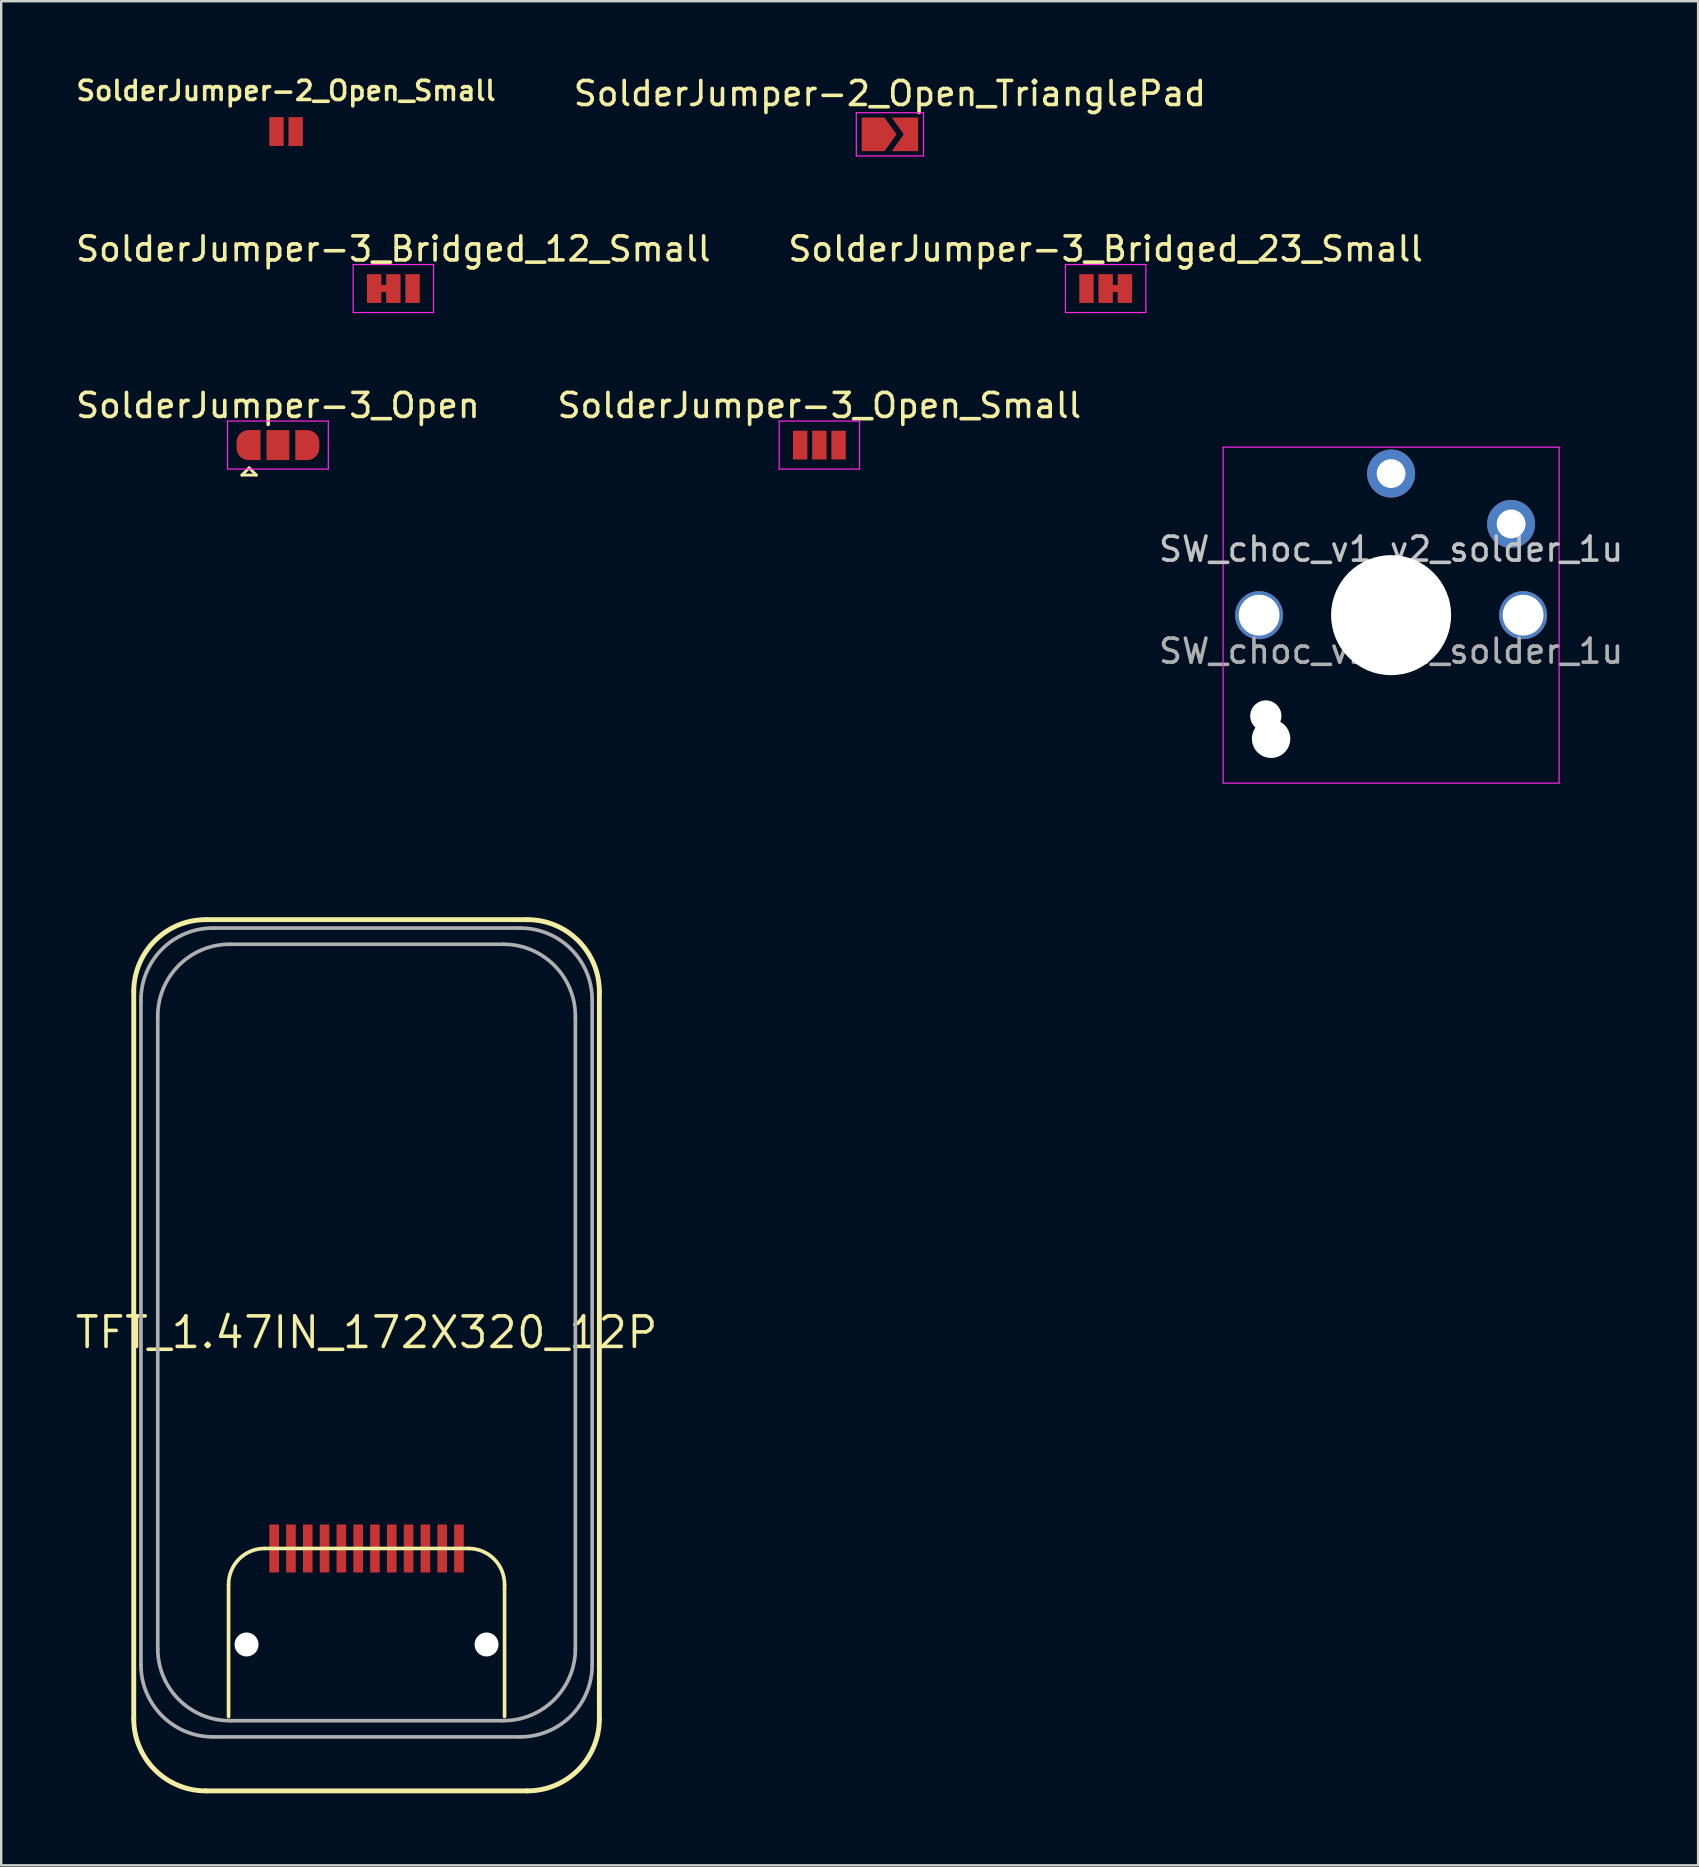
<source format=kicad_pcb>
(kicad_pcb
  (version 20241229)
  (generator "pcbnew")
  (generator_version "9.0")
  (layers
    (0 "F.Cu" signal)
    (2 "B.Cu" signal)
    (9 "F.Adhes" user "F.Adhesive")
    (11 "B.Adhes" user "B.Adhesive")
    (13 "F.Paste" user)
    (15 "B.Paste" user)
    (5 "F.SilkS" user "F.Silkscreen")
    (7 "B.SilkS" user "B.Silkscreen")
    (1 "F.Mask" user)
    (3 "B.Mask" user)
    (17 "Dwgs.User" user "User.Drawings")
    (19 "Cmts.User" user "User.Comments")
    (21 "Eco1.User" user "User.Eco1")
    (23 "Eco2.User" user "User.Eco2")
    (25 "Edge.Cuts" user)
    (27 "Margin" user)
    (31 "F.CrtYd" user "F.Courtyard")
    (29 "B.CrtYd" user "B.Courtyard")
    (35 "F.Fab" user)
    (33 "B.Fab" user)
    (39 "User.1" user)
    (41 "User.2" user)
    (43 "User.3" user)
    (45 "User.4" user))
  (footprint "SolderJumper-3_Open"
    (layer "F.Cu")
    (at 8.53 15.495)
    (property "Reference" "SolderJumper-3_Open" (at 0 -1.65 0) (layer "F.SilkS") (effects (font (size 1 1) (thickness 0.15))))
    (attr exclude_from_pos_files exclude_from_bom)
    (fp_line (start -1.5 1.25) (end -0.9 1.25) (stroke (width 0.12) (type solid)) (layer "F.SilkS"))
    (fp_line (start -1.2 0.95) (end -1.5 1.25) (stroke (width 0.12) (type solid)) (layer "F.SilkS"))
    (fp_line (start -1.2 0.95) (end -0.9 1.25) (stroke (width 0.12) (type solid)) (layer "F.SilkS"))
    (fp_line (start -2.1 -1) (end -2.1 1) (stroke (width 0.05) (type solid)) (layer "F.CrtYd"))
    (fp_line (start -2.1 -1) (end 2.1 -1) (stroke (width 0.05) (type solid)) (layer "F.CrtYd"))
    (fp_line (start 2.1 1) (end -2.1 1) (stroke (width 0.05) (type solid)) (layer "F.CrtYd"))
    (fp_line (start 2.1 1) (end 2.1 -1) (stroke (width 0.05) (type solid)) (layer "F.CrtYd"))
    (pad "1" smd custom (at -1.225 0) (size 1 0.25) (layers "F.Cu" "F.Mask") (options (anchor rect)) (primitives (gr_circle (center 0 0.125) (end 0.5 0.125) (width 0) (fill yes)) (gr_circle (center 0 -0.125) (end 0.5 -0.125) (width 0) (fill yes)) (gr_poly (pts (xy 0.5 -0.625) (xy 0 -0.625) (xy 0 0.625) (xy 0.5 0.625)) (width 0) (fill yes))))
    (pad "2" smd rect (at 0 0) (size 0.95 1.25) (layers "F.Cu" "F.Mask"))
    (pad "3" smd custom (at 1.225 0) (size 1 0.25) (layers "F.Cu" "F.Mask") (options (anchor rect)) (primitives (gr_circle (center 0 0.125) (end 0.5 0.125) (width 0) (fill yes)) (gr_circle (center 0 -0.125) (end 0.5 -0.125) (width 0) (fill yes)) (gr_poly (pts (xy -0.5 -0.625) (xy 0 -0.625) (xy 0 0.625) (xy -0.5 0.625)) (width 0) (fill yes)))))
  (footprint "SolderJumper-2_Open_Small"
    (layer "F.Cu")
    (at 8.869 2.431)
    (property "Reference" "SolderJumper-2_Open_Small" (at 0 -1.7 0) (layer "F.SilkS") (effects (font (size 0.8 0.8) (thickness 0.15))))
    (attr exclude_from_pos_files exclude_from_bom)
    (pad "1" smd rect (at -0.4 0) (size 0.6 1.2) (layers "F.Cu" "F.Mask"))
    (pad "2" smd rect (at 0.4 0) (size 0.6 1.2) (layers "F.Cu" "F.Mask")))
  (footprint "SW_choc_v1_v2_solder_1u"
    (layer "F.Cu")
    (at 54.911 22.581)
    (property "Reference" "SW_choc_v1_v2_solder_1u" (at 0 -2.75 180) (layer "Dwgs.User") (effects (font (size 1 1) (thickness 0.15))))
    (attr through_hole exclude_from_pos_files exclude_from_bom)
    (fp_line (start -9.525 -9.525) (end -9.525 9.525) (stroke (width 0.12) (type solid)) (layer "Eco1.User"))
    (fp_line (start -9.525 9.525) (end 9.525 9.525) (stroke (width 0.12) (type solid)) (layer "Eco1.User"))
    (fp_line (start 9.525 -9.525) (end -9.525 -9.525) (stroke (width 0.12) (type solid)) (layer "Eco1.User"))
    (fp_line (start 9.525 9.525) (end 9.525 -9.525) (stroke (width 0.12) (type solid)) (layer "Eco1.User"))
    (fp_line (start -6.95 6.45) (end -6.95 -6.45) (stroke (width 0.05) (type solid)) (layer "Eco2.User"))
    (fp_line (start -6.45 -6.95) (end 6.45 -6.95) (stroke (width 0.05) (type solid)) (layer "Eco2.User"))
    (fp_line (start 6.45 6.95) (end -6.45 6.95) (stroke (width 0.05) (type solid)) (layer "Eco2.User"))
    (fp_line (start 6.95 -6.45) (end 6.95 6.45) (stroke (width 0.05) (type solid)) (layer "Eco2.User"))
    (fp_arc (start -6.95 -6.45) (mid -6.803553 -6.803553) (end -6.45 -6.95) (stroke (width 0.05) (type solid)) (layer "Eco2.User"))
    (fp_arc (start -6.45 6.95) (mid -6.803553 6.803553) (end -6.95 6.45) (stroke (width 0.05) (type solid)) (layer "Eco2.User"))
    (fp_arc (start 6.45 -6.95) (mid 6.803553 -6.803553) (end 6.95 -6.45) (stroke (width 0.05) (type solid)) (layer "Eco2.User"))
    (fp_arc (start 6.95 6.45) (mid 6.803553 6.803553) (end 6.45 6.95) (stroke (width 0.05) (type solid)) (layer "Eco2.User"))
    (fp_line (start -7 -7) (end 7 -7) (stroke (width 0.05) (type solid)) (layer "F.CrtYd"))
    (fp_line (start -7 7) (end -7 -7) (stroke (width 0.05) (type solid)) (layer "F.CrtYd"))
    (fp_line (start 7 -7) (end 7 7) (stroke (width 0.05) (type solid)) (layer "F.CrtYd"))
    (fp_line (start 7 7) (end -7 7) (stroke (width 0.05) (type solid)) (layer "F.CrtYd"))
    (fp_text user "19.05 spacing" (at 0 -8.7 180) (layer "Eco1.User") (effects (font (size 1 1) (thickness 0.15))))
    (fp_text user "${REFERENCE}" (at 0 1.5 0) (layer "F.Fab") (effects (font (size 1 1) (thickness 0.15))))
    (pad "" thru_hole circle (at -5.5 0) (size 2 2) (drill 1.7) (layers "*.Cu" "*.Mask"))
    (pad "" np_thru_hole circle (at -5.22 4.2) (size 1.3 1.3) (drill 1.3) (layers "*.Cu" "*.Mask"))
    (pad "" np_thru_hole circle (at -5 5.15) (size 1.6 1.6) (drill 1.6) (layers "*.Cu" "*.Mask"))
    (pad "" np_thru_hole circle (at 0 0) (size 5 5) (drill 5) (layers "*.Cu" "*.Mask"))
    (pad "" thru_hole circle (at 5.5 0) (size 2 2) (drill 1.7) (layers "*.Cu" "*.Mask"))
    (pad "1" thru_hole circle (at 0 -5.9) (size 2 2) (drill 1.2) (layers "*.Cu" "B.Mask"))
    (pad "2" thru_hole circle (at 5 -3.8) (size 2 2) (drill 1.2) (layers "*.Cu" "B.Mask")))
  (footprint "SolderJumper-2_Open_TrianglePad"
    (layer "F.Cu")
    (at 34.029 2.548)
    (property "Reference" "SolderJumper-2_Open_TrianglePad" (at 0 -1.7 0) (layer "F.SilkS") (effects (font (size 1 1) (thickness 0.15))))
    (attr exclude_from_pos_files exclude_from_bom)
    (fp_line (start -1.4 -0.9) (end -1.4 0.9) (stroke (width 0.05) (type solid)) (layer "F.CrtYd"))
    (fp_line (start -1.4 -0.9) (end 1.4 -0.9) (stroke (width 0.05) (type solid)) (layer "F.CrtYd"))
    (fp_line (start 1.4 0.9) (end -1.4 0.9) (stroke (width 0.05) (type solid)) (layer "F.CrtYd"))
    (fp_line (start 1.4 0.9) (end 1.4 -0.9) (stroke (width 0.05) (type solid)) (layer "F.CrtYd"))
    (pad "1" smd custom (at -0.725 0) (size 0.3 0.3) (layers "F.Cu" "F.Mask") (options (anchor rect)) (primitives (gr_poly (pts (xy -0.45 -0.7) (xy 0.5 -0.7) (xy 1 0) (xy 0.5 0.7) (xy -0.45 0.7)) (width 0) (fill yes))))
    (pad "2" smd custom (at 0.725 0) (size 0.3 0.3) (layers "F.Cu" "F.Mask") (options (anchor rect)) (primitives (gr_poly (pts (xy -0.65 -0.7) (xy 0.45 -0.7) (xy 0.45 0.7) (xy -0.65 0.7) (xy -0.15 0)) (width 0) (fill yes)))))
  (footprint "SolderJumper-3_Bridged_23_Small"
    (layer "F.Cu")
    (at 43.018 8.972)
    (property "Reference" "SolderJumper-3_Bridged_23_Small" (at 0 -1.65 0) (layer "F.SilkS") (effects (font (size 1 1) (thickness 0.15))))
    (attr exclude_from_pos_files exclude_from_bom)
    (fp_rect (start 0.15 -0.15) (end 0.65 0.15) (stroke (width 0) (type solid)) (fill yes) (layer "F.Cu"))
    (fp_rect (start 0.15 -0.15) (end 0.65 0.15) (stroke (width 0) (type solid)) (fill yes) (layer "F.Mask"))
    (fp_line (start -1.675 -1) (end -1.675 1) (stroke (width 0.05) (type solid)) (layer "F.CrtYd"))
    (fp_line (start -1.675 -1) (end 1.675 -1) (stroke (width 0.05) (type solid)) (layer "F.CrtYd"))
    (fp_line (start 1.675 1) (end -1.675 1) (stroke (width 0.05) (type solid)) (layer "F.CrtYd"))
    (fp_line (start 1.675 1) (end 1.675 -1) (stroke (width 0.05) (type solid)) (layer "F.CrtYd"))
    (pad "1" smd custom (at -0.8 0) (size 0.6 1.2) (layers "F.Cu" "F.Mask") (options (anchor rect)) (primitives))
    (pad "2" smd rect (at 0 0) (size 0.6 1.2) (layers "F.Cu" "F.Mask"))
    (pad "3" smd custom (at 0.8 0) (size 0.6 1.2) (layers "F.Cu" "F.Mask") (options (anchor rect)) (primitives)))
  (footprint "SolderJumper-3_Bridged_12_Small"
    (layer "F.Cu")
    (at 13.339 8.972)
    (property "Reference" "SolderJumper-3_Bridged_12_Small" (at 0 -1.65 0) (layer "F.SilkS") (effects (font (size 1 1) (thickness 0.15))))
    (attr exclude_from_pos_files exclude_from_bom)
    (fp_rect (start -0.65 -0.15) (end -0.15 0.15) (stroke (width 0) (type solid)) (fill yes) (layer "F.Cu"))
    (fp_rect (start -0.65 -0.15) (end -0.15 0.15) (stroke (width 0) (type solid)) (fill yes) (layer "F.Mask"))
    (fp_line (start -1.675 -1) (end -1.675 1) (stroke (width 0.05) (type solid)) (layer "F.CrtYd"))
    (fp_line (start -1.675 -1) (end 1.675 -1) (stroke (width 0.05) (type solid)) (layer "F.CrtYd"))
    (fp_line (start 1.675 1) (end -1.675 1) (stroke (width 0.05) (type solid)) (layer "F.CrtYd"))
    (fp_line (start 1.675 1) (end 1.675 -1) (stroke (width 0.05) (type solid)) (layer "F.CrtYd"))
    (pad "1" smd custom (at -0.8 0) (size 0.6 1.2) (layers "F.Cu" "F.Mask") (options (anchor rect)) (primitives))
    (pad "2" smd rect (at 0 0) (size 0.6 1.2) (layers "F.Cu" "F.Mask"))
    (pad "3" smd custom (at 0.8 0) (size 0.6 1.2) (layers "F.Cu" "F.Mask") (options (anchor rect)) (primitives)))
  (footprint "TFT_1.47IN_172X320_12P"
    (layer "F.Cu")
    (at 12.223 52.468)
    (property "Reference" "TFT_1.47IN_172X320_12P" (at 0 0 0) (layer "F.SilkS") (effects (font (size 1.27 1.27) (thickness 0.15))))
    (fp_line (start -9.7 16.1) (end -9.7 -14.2) (stroke (width 0.203) (type solid)) (layer "F.SilkS"))
    (fp_line (start -6.7 -17.2) (end 6.7 -17.2) (stroke (width 0.203) (type solid)) (layer "F.SilkS"))
    (fp_line (start -5.75 10.5) (end -5.75 16) (stroke (width 0.152) (type solid)) (layer "F.SilkS"))
    (fp_line (start 4.25 9) (end -4.25 9) (stroke (width 0.152) (type solid)) (layer "F.SilkS"))
    (fp_line (start 5.75 16) (end 5.75 10.5) (stroke (width 0.152) (type solid)) (layer "F.SilkS"))
    (fp_line (start 6.7 19.1) (end -6.7 19.1) (stroke (width 0.203) (type solid)) (layer "F.SilkS"))
    (fp_line (start 9.7 -14.2) (end 9.7 16.1) (stroke (width 0.203) (type solid)) (layer "F.SilkS"))
    (fp_arc (start -9.7 -14.2) (mid -8.82132 -16.32132) (end -6.7 -17.2) (stroke (width 0.2032) (type solid)) (layer "F.SilkS"))
    (fp_arc (start -6.7 19.1) (mid -8.82132 18.22132) (end -9.7 16.1) (stroke (width 0.2032) (type solid)) (layer "F.SilkS"))
    (fp_arc (start -5.75 10.5) (mid -5.31066 9.43934) (end -4.25 9) (stroke (width 0.1524) (type solid)) (layer "F.SilkS"))
    (fp_arc (start 4.25 9) (mid 5.31066 9.43934) (end 5.75 10.5) (stroke (width 0.1524) (type solid)) (layer "F.SilkS"))
    (fp_arc (start 6.7 -17.2) (mid 8.82132 -16.32132) (end 9.7 -14.2) (stroke (width 0.2032) (type solid)) (layer "F.SilkS"))
    (fp_arc (start 9.7 16.1) (mid 8.82132 18.22132) (end 6.7 19.1) (stroke (width 0.2032) (type solid)) (layer "F.SilkS"))
    (fp_line (start -9.4 -13.85) (end -9.4 13.85) (stroke (width 0.152) (type solid)) (layer "F.Fab"))
    (fp_line (start -8.7 13.175) (end -8.7 -13.175) (stroke (width 0.152) (type solid)) (layer "F.Fab"))
    (fp_line (start -6.4 16.85) (end 6.4 16.85) (stroke (width 0.152) (type solid)) (layer "F.Fab"))
    (fp_line (start -5.7 -16.175) (end 5.7 -16.175) (stroke (width 0.152) (type solid)) (layer "F.Fab"))
    (fp_line (start 5.7 16.175) (end -5.7 16.175) (stroke (width 0.152) (type solid)) (layer "F.Fab"))
    (fp_line (start 6.4 -16.85) (end -6.4 -16.85) (stroke (width 0.152) (type solid)) (layer "F.Fab"))
    (fp_line (start 8.7 -13.175) (end 8.7 13.175) (stroke (width 0.152) (type solid)) (layer "F.Fab"))
    (fp_line (start 9.4 13.85) (end 9.4 -13.85) (stroke (width 0.152) (type solid)) (layer "F.Fab"))
    (fp_arc (start -9.4 -13.85) (mid -8.52132 -15.97132) (end -6.4 -16.85) (stroke (width 0.1524) (type solid)) (layer "F.Fab"))
    (fp_arc (start -8.7 -13.175) (mid -7.82132 -15.29632) (end -5.7 -16.175) (stroke (width 0.1524) (type solid)) (layer "F.Fab"))
    (fp_arc (start -6.4 16.85) (mid -8.52132 15.97132) (end -9.4 13.85) (stroke (width 0.1524) (type solid)) (layer "F.Fab"))
    (fp_arc (start -5.7 16.175) (mid -7.82132 15.29632) (end -8.7 13.175) (stroke (width 0.1524) (type solid)) (layer "F.Fab"))
    (fp_arc (start 5.7 -16.175) (mid 7.82132 -15.29632) (end 8.7 -13.175) (stroke (width 0.1524) (type solid)) (layer "F.Fab"))
    (fp_arc (start 6.4 -16.85) (mid 8.52132 -15.97132) (end 9.4 -13.85) (stroke (width 0.1524) (type solid)) (layer "F.Fab"))
    (fp_arc (start 8.7 13.175) (mid 7.82132 15.29632) (end 5.7 16.175) (stroke (width 0.1524) (type solid)) (layer "F.Fab"))
    (fp_arc (start 9.4 13.85) (mid 8.52132 15.97132) (end 6.4 16.85) (stroke (width 0.1524) (type solid)) (layer "F.Fab"))
    (pad "" np_thru_hole circle (at -5 13) (size 1 1) (drill 1) (layers "*.Cu" "*.Mask"))
    (pad "" np_thru_hole circle (at 5 13) (size 1 1) (drill 1) (layers "*.Cu" "*.Mask"))
    (pad "1" smd rect (at 3.85 9 90) (size 2 0.4) (layers "F.Cu" "F.Mask"))
    (pad "2" smd rect (at 3.15 9 90) (size 2 0.4) (layers "F.Cu" "F.Mask"))
    (pad "3" smd rect (at 2.45 9 90) (size 2 0.4) (layers "F.Cu" "F.Mask"))
    (pad "4" smd rect (at 1.75 9 90) (size 2 0.4) (layers "F.Cu" "F.Mask"))
    (pad "5" smd rect (at 1.05 9 90) (size 2 0.4) (layers "F.Cu" "F.Mask"))
    (pad "6" smd rect (at 0.35 9 90) (size 2 0.4) (layers "F.Cu" "F.Mask"))
    (pad "7" smd rect (at -0.35 9 90) (size 2 0.4) (layers "F.Cu" "F.Mask"))
    (pad "8" smd rect (at -1.05 9 90) (size 2 0.4) (layers "F.Cu" "F.Mask"))
    (pad "9" smd rect (at -1.75 9 90) (size 2 0.4) (layers "F.Cu" "F.Mask"))
    (pad "10" smd rect (at -2.45 9 90) (size 2 0.4) (layers "F.Cu" "F.Mask"))
    (pad "11" smd rect (at -3.15 9 90) (size 2 0.4) (layers "F.Cu" "F.Mask"))
    (pad "12" smd rect (at -3.85 9 90) (size 2 0.4) (layers "F.Cu" "F.Mask")))
  (footprint "SolderJumper-3_Open_Small"
    (layer "F.Cu")
    (at 31.089 15.495)
    (property "Reference" "SolderJumper-3_Open_Small" (at 0 -1.65 0) (layer "F.SilkS") (effects (font (size 1 1) (thickness 0.15))))
    (attr exclude_from_pos_files exclude_from_bom)
    (fp_line (start -1.675 -1) (end -1.675 1) (stroke (width 0.05) (type solid)) (layer "F.CrtYd"))
    (fp_line (start -1.675 -1) (end 1.675 -1) (stroke (width 0.05) (type solid)) (layer "F.CrtYd"))
    (fp_line (start 1.675 1) (end -1.675 1) (stroke (width 0.05) (type solid)) (layer "F.CrtYd"))
    (fp_line (start 1.675 1) (end 1.675 -1) (stroke (width 0.05) (type solid)) (layer "F.CrtYd"))
    (pad "1" smd custom (at -0.8 0) (size 0.6 1.2) (layers "F.Cu" "F.Mask") (options (anchor rect)) (primitives))
    (pad "2" smd rect (at 0 0) (size 0.6 1.2) (layers "F.Cu" "F.Mask"))
    (pad "3" smd custom (at 0.8 0) (size 0.6 1.2) (layers "F.Cu" "F.Mask") (options (anchor rect)) (primitives)))
  (gr_rect
    (start -3 -3)
    (end 67.702 74.67)
    (stroke (width 0.1) (type default))
    (fill no)
    (layer "Edge.Cuts")))
</source>
